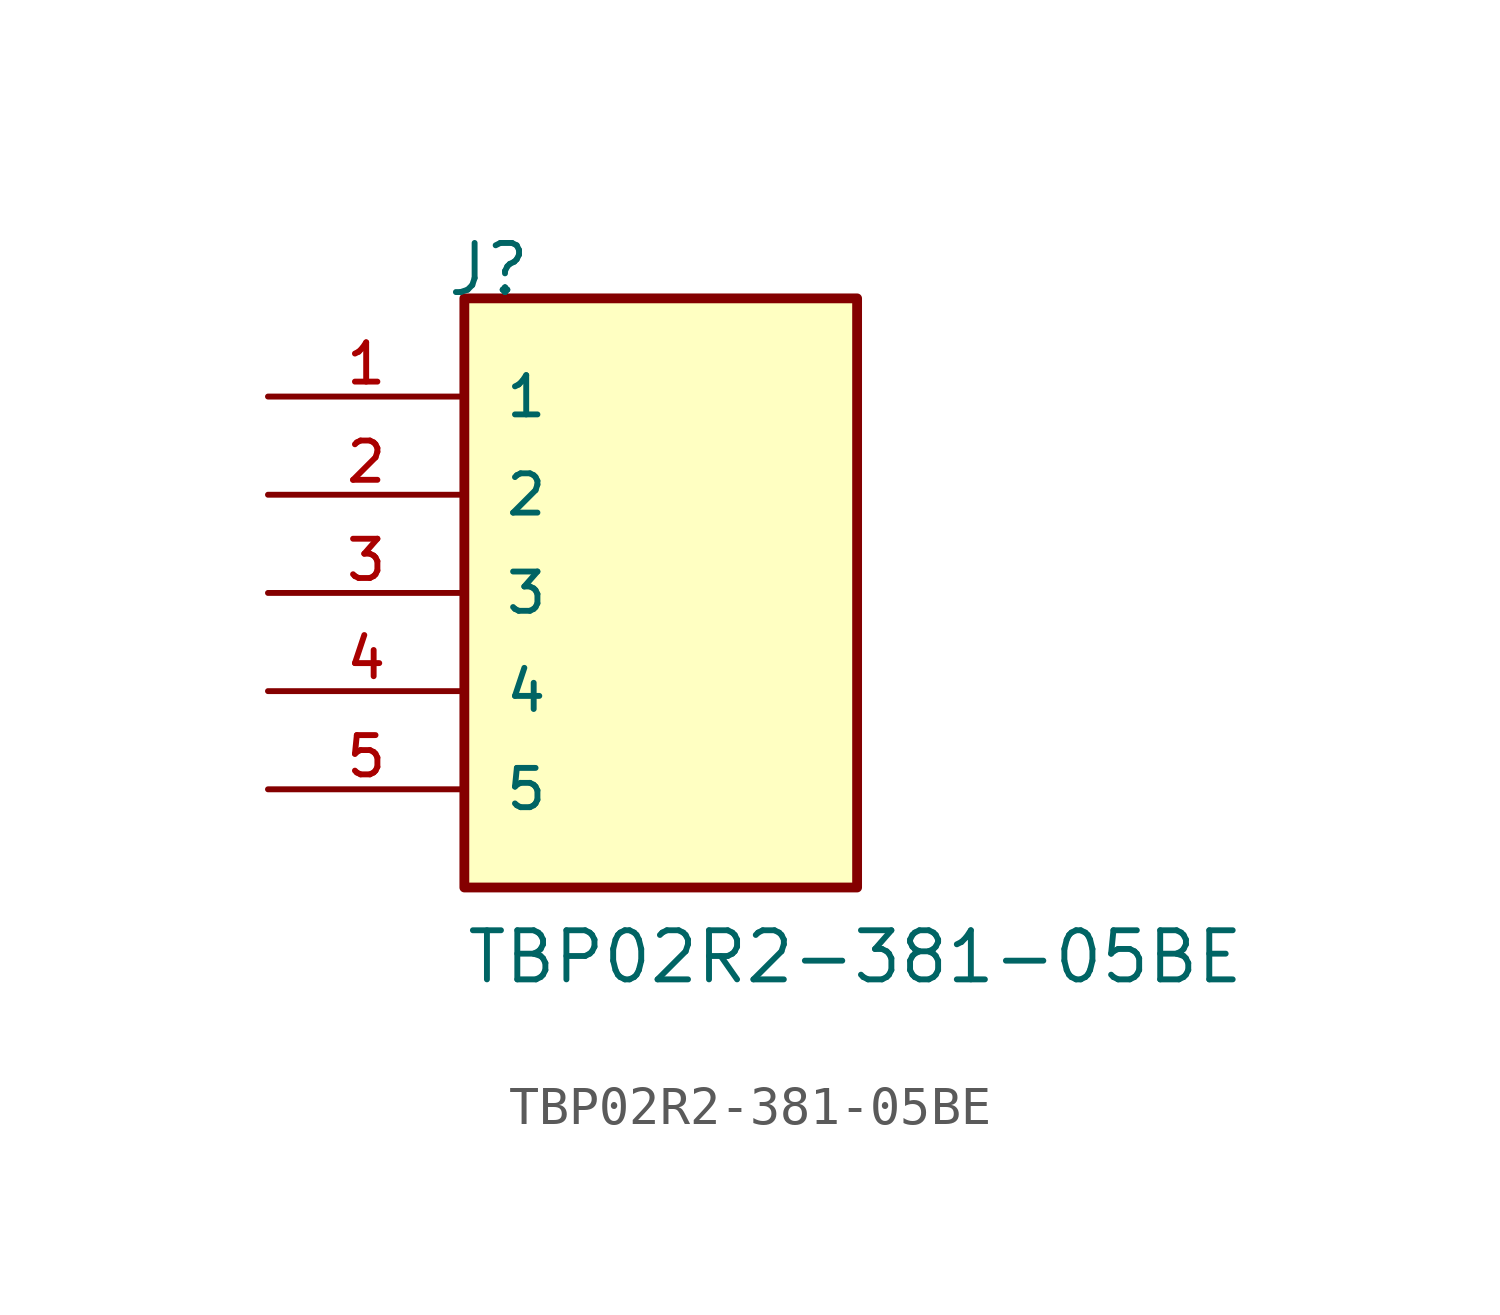
<source format=kicad_sym>
(kicad_symbol_lib
  (version 20211014)
  (generator kicad_symbol_editor)
  (symbol "TBP02R2-381-05BE"
    (pin_names
      (offset 1.016))
    (property "Reference" "J"
      (at -5.58 7.62 0)
      (effects (font (size 1.27 1.27)) (justify bottom left)))
    (property "Value" "TBP02R2-381-05BE"
      (at -5.08 -10.16 0)
      (effects (font (size 1.27 1.27)) (justify bottom left)))
    (symbol "TBP02R2-381-05BE_0_0"
      (rectangle (start -5.08 -7.62) (end 5.08 7.62) (stroke (width 0.254)) (fill (type background)))
      (pin passive line (at -10.16 5.08 0) (length 5.08) (name "1" (effects (font (size 1.016 1.016)))) (number "1" (effects (font (size 1.016 1.016)))))
      (pin passive line (at -10.16 2.54 0) (length 5.08) (name "2" (effects (font (size 1.016 1.016)))) (number "2" (effects (font (size 1.016 1.016)))))
      (pin passive line (at -10.16 0.0 0) (length 5.08) (name "3" (effects (font (size 1.016 1.016)))) (number "3" (effects (font (size 1.016 1.016)))))
      (pin passive line (at -10.16 -2.54 0) (length 5.08) (name "4" (effects (font (size 1.016 1.016)))) (number "4" (effects (font (size 1.016 1.016)))))
      (pin passive line (at -10.16 -5.08 0) (length 5.08) (name "5" (effects (font (size 1.016 1.016)))) (number "5" (effects (font (size 1.016 1.016))))))))
</source>
